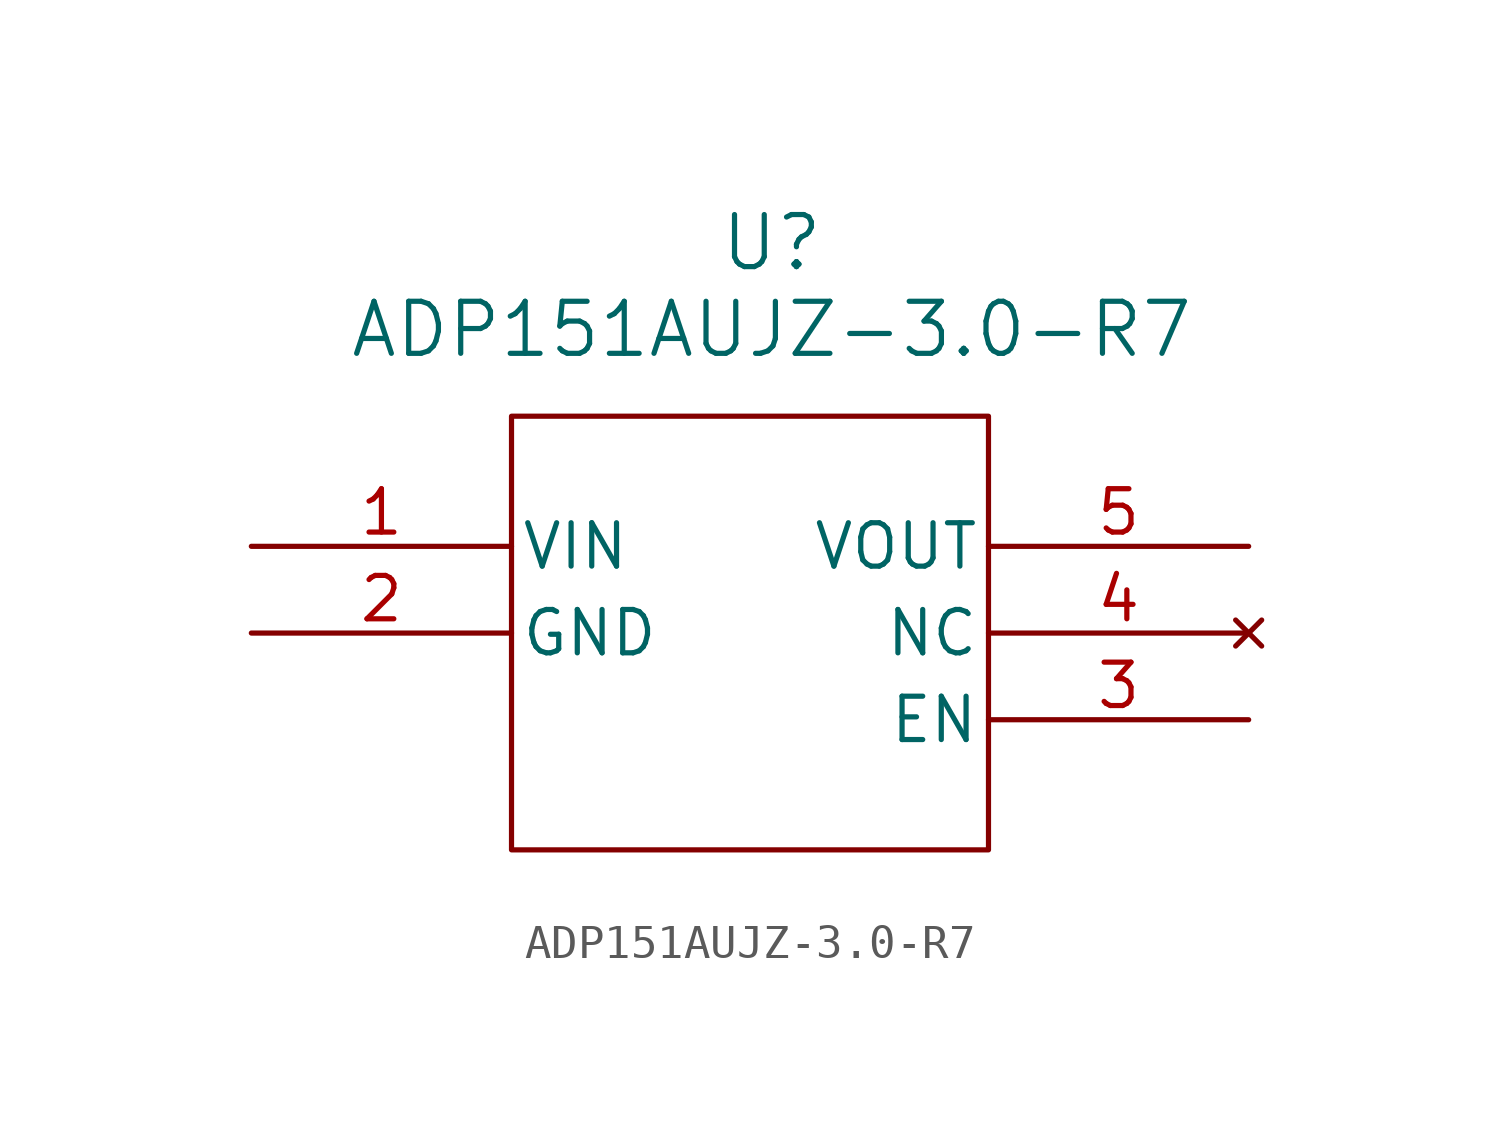
<source format=kicad_sym>
(kicad_symbol_lib
  (version 20231120)
  (generator "kicad_symbol_editor")
  (generator_version "8.0")
  (symbol "ADP151AUJZ-3.0-R7"
    (pin_names
      (offset 0.254))
    (property "Reference" "U"
      (at 27.94 10.16 0)
      (effects (font (size 1.524 1.524))))
    (property "Value" "ADP151AUJZ-3.0-R7"
      (at 27.94 7.62 0)
      (effects (font (size 1.524 1.524))))
    (property "ki_locked" ""
      (at 0 0 0)
      (effects (font (size 1.27 1.27))))
    (symbol "ADP151AUJZ-3.0-R7_0_1"
      (pin input line (at 12.7 1.27 0) (length 7.62) (name "VIN" (effects (font (size 1.27 1.27)))) (number "1" (effects (font (size 1.27 1.27)))))
      (pin power_in line (at 12.7 -1.27 0) (length 7.62) (name "GND" (effects (font (size 1.27 1.27)))) (number "2" (effects (font (size 1.27 1.27)))))
      (pin input line (at 41.91 -3.81 180) (length 7.62) (name "EN" (effects (font (size 1.27 1.27)))) (number "3" (effects (font (size 1.27 1.27)))))
      (pin no_connect line (at 41.91 -1.27 180) (length 7.62) (name "NC" (effects (font (size 1.27 1.27)))) (number "4" (effects (font (size 1.27 1.27))))))
    (symbol "ADP151AUJZ-3.0-R7_1_1"
      (rectangle (start 20.32 5.08) (end 34.29 -7.62) (stroke (width 0) (type default)) (fill (type none)))
      (pin power_out line (at 41.91 1.27 180) (length 7.62) (name "VOUT" (effects (font (size 1.27 1.27)))) (number "5" (effects (font (size 1.27 1.27))))))))
</source>
